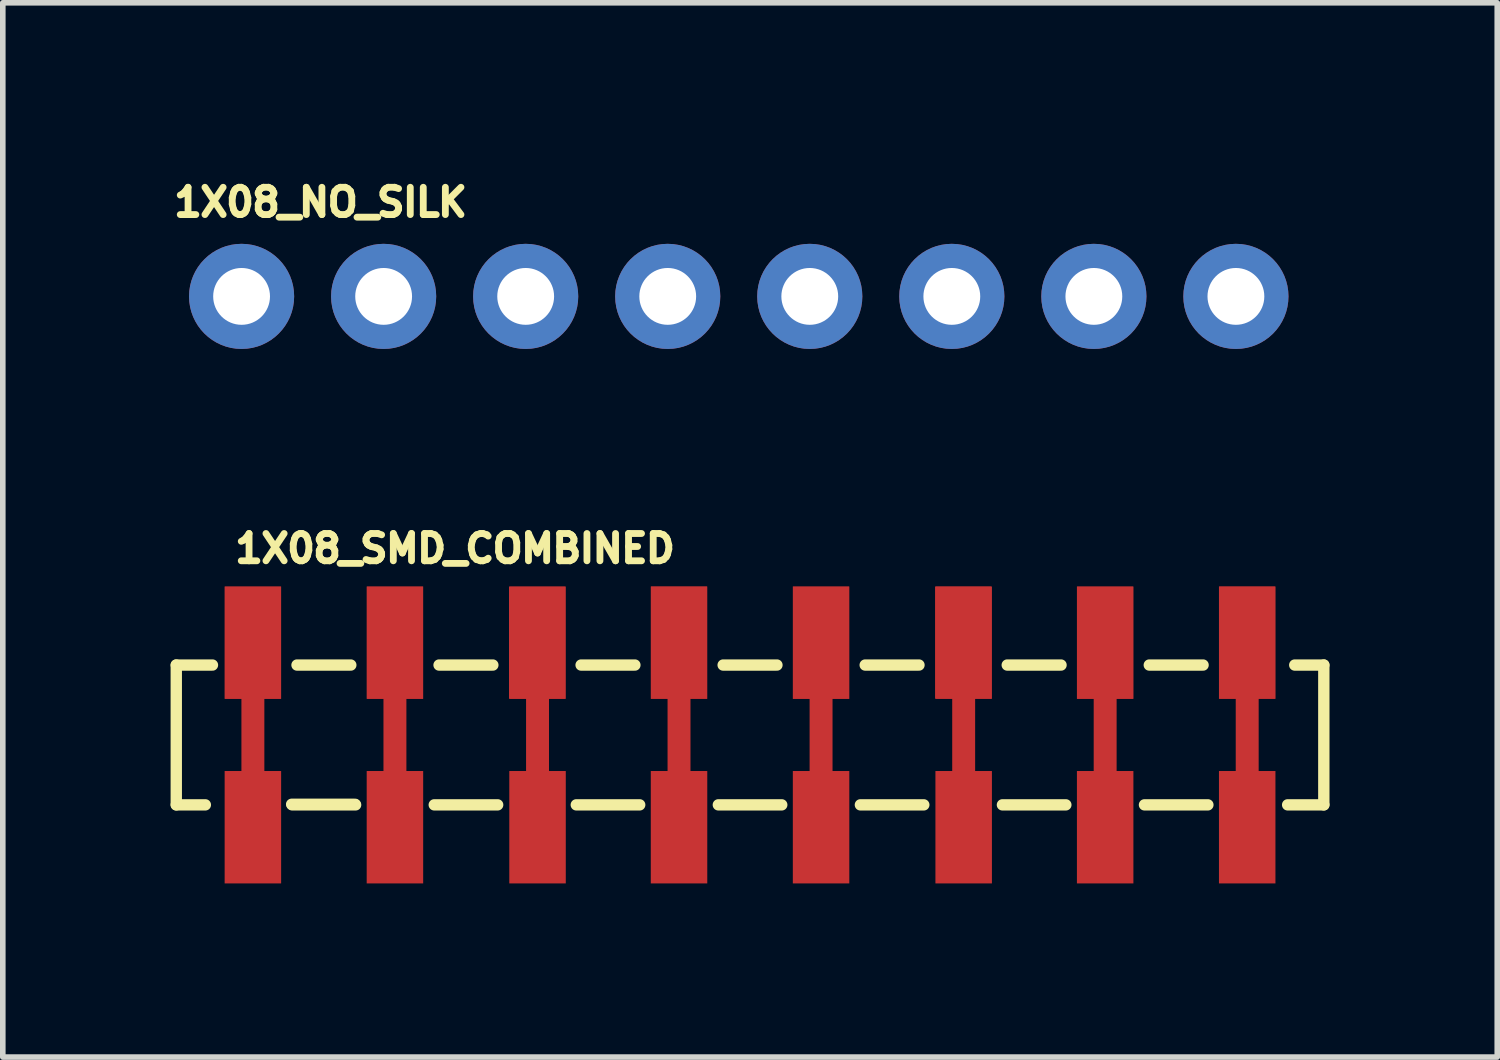
<source format=kicad_pcb>
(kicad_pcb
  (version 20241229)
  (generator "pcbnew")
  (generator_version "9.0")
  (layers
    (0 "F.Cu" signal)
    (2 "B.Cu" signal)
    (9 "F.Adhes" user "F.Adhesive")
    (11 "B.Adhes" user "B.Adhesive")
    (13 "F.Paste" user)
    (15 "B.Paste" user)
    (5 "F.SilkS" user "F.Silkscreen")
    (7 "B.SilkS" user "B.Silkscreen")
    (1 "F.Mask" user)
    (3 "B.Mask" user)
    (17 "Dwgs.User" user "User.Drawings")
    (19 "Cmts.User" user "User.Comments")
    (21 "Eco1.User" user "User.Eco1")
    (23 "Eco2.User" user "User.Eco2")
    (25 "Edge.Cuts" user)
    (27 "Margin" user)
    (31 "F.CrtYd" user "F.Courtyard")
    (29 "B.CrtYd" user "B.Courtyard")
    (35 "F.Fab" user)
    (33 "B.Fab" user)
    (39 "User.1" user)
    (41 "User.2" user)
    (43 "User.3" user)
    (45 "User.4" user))
  (footprint "1X08_SMD_COMBINED"
    (layer "F.Cu")
    (at 1.472 10.092)
    (property "Reference" "1X08_SMD_COMBINED" (at -0.381 -3.048 0) (layer "F.SilkS") (effects (font (size 0.488 0.488) (thickness 0.122)) (justify left bottom)))
    (fp_poly (pts (xy 0.505 -0.645) (xy 0.205 -0.645) (xy 0.205 0.645) (xy 0.505 0.645) (xy 0.505 2.655) (xy -0.505 2.655) (xy -0.505 0.645) (xy -0.205 0.645) (xy -0.205 -0.645) (xy -0.505 -0.645) (xy -0.505 -2.655) (xy 0.505 -2.655)) (stroke (width 0) (type solid)) (fill yes) (layer "F.Cu"))
    (fp_poly (pts (xy 3.045 -0.645) (xy 2.745 -0.645) (xy 2.745 0.645) (xy 3.045 0.645) (xy 3.045 2.655) (xy 2.035 2.655) (xy 2.035 0.645) (xy 2.335 0.645) (xy 2.335 -0.645) (xy 2.035 -0.645) (xy 2.035 -2.655) (xy 3.045 -2.655)) (stroke (width 0) (type solid)) (fill yes) (layer "F.Cu"))
    (fp_poly (pts (xy 5.595 -0.645) (xy 5.295 -0.645) (xy 5.295 0.645) (xy 5.595 0.645) (xy 5.595 2.655) (xy 4.585 2.655) (xy 4.585 0.645) (xy 4.885 0.645) (xy 4.885 -0.645) (xy 4.585 -0.645) (xy 4.585 -2.655) (xy 5.595 -2.655)) (stroke (width 0) (type solid)) (fill yes) (layer "F.Cu"))
    (fp_poly (pts (xy 8.125 -0.645) (xy 7.825 -0.645) (xy 7.825 0.645) (xy 8.125 0.645) (xy 8.125 2.655) (xy 7.115 2.655) (xy 7.115 0.645) (xy 7.415 0.645) (xy 7.415 -0.645) (xy 7.115 -0.645) (xy 7.115 -2.655) (xy 8.125 -2.655)) (stroke (width 0) (type solid)) (fill yes) (layer "F.Cu"))
    (fp_poly (pts (xy 10.665 -0.645) (xy 10.365 -0.645) (xy 10.365 0.645) (xy 10.665 0.645) (xy 10.665 2.655) (xy 9.655 2.655) (xy 9.655 0.645) (xy 9.955 0.645) (xy 9.955 -0.645) (xy 9.655 -0.645) (xy 9.655 -2.655) (xy 10.665 -2.655)) (stroke (width 0) (type solid)) (fill yes) (layer "F.Cu"))
    (fp_poly (pts (xy 13.215 -0.645) (xy 12.915 -0.645) (xy 12.915 0.645) (xy 13.215 0.645) (xy 13.215 2.655) (xy 12.205 2.655) (xy 12.205 0.645) (xy 12.505 0.645) (xy 12.505 -0.645) (xy 12.205 -0.645) (xy 12.205 -2.655) (xy 13.215 -2.655)) (stroke (width 0) (type solid)) (fill yes) (layer "F.Cu"))
    (fp_poly (pts (xy 15.745 -0.645) (xy 15.445 -0.645) (xy 15.445 0.645) (xy 15.745 0.645) (xy 15.745 2.655) (xy 14.735 2.655) (xy 14.735 0.645) (xy 15.035 0.645) (xy 15.035 -0.645) (xy 14.735 -0.645) (xy 14.735 -2.655) (xy 15.745 -2.655)) (stroke (width 0) (type solid)) (fill yes) (layer "F.Cu"))
    (fp_poly (pts (xy 18.285 -0.645) (xy 17.985 -0.645) (xy 17.985 0.645) (xy 18.285 0.645) (xy 18.285 2.655) (xy 17.275 2.655) (xy 17.275 0.645) (xy 17.575 0.645) (xy 17.575 -0.645) (xy 17.275 -0.645) (xy 17.275 -2.655) (xy 18.285 -2.655)) (stroke (width 0) (type solid)) (fill yes) (layer "F.Cu"))
    (fp_poly (pts (xy 0.58 0.56) (xy -0.62 0.56) (xy -0.62 2.76) (xy 0.58 2.76)) (stroke (width 0) (type solid)) (fill yes) (layer "F.Mask"))
    (fp_poly (pts (xy 0.6 -2.74) (xy -0.6 -2.74) (xy -0.6 -0.54) (xy 0.6 -0.54)) (stroke (width 0) (type solid)) (fill yes) (layer "F.Mask"))
    (fp_poly (pts (xy 3.12 0.56) (xy 1.92 0.56) (xy 1.92 2.76) (xy 3.12 2.76)) (stroke (width 0) (type solid)) (fill yes) (layer "F.Mask"))
    (fp_poly (pts (xy 3.14 -2.74) (xy 1.94 -2.74) (xy 1.94 -0.54) (xy 3.14 -0.54)) (stroke (width 0) (type solid)) (fill yes) (layer "F.Mask"))
    (fp_poly (pts (xy 5.67 0.56) (xy 4.47 0.56) (xy 4.47 2.76) (xy 5.67 2.76)) (stroke (width 0) (type solid)) (fill yes) (layer "F.Mask"))
    (fp_poly (pts (xy 5.69 -2.74) (xy 4.49 -2.74) (xy 4.49 -0.54) (xy 5.69 -0.54)) (stroke (width 0) (type solid)) (fill yes) (layer "F.Mask"))
    (fp_poly (pts (xy 8.2 0.56) (xy 7 0.56) (xy 7 2.76) (xy 8.2 2.76)) (stroke (width 0) (type solid)) (fill yes) (layer "F.Mask"))
    (fp_poly (pts (xy 8.22 -2.74) (xy 7.02 -2.74) (xy 7.02 -0.54) (xy 8.22 -0.54)) (stroke (width 0) (type solid)) (fill yes) (layer "F.Mask"))
    (fp_poly (pts (xy 10.74 0.56) (xy 9.54 0.56) (xy 9.54 2.76) (xy 10.74 2.76)) (stroke (width 0) (type solid)) (fill yes) (layer "F.Mask"))
    (fp_poly (pts (xy 10.76 -2.74) (xy 9.56 -2.74) (xy 9.56 -0.54) (xy 10.76 -0.54)) (stroke (width 0) (type solid)) (fill yes) (layer "F.Mask"))
    (fp_poly (pts (xy 13.29 0.56) (xy 12.09 0.56) (xy 12.09 2.76) (xy 13.29 2.76)) (stroke (width 0) (type solid)) (fill yes) (layer "F.Mask"))
    (fp_poly (pts (xy 13.31 -2.74) (xy 12.11 -2.74) (xy 12.11 -0.54) (xy 13.31 -0.54)) (stroke (width 0) (type solid)) (fill yes) (layer "F.Mask"))
    (fp_poly (pts (xy 15.82 0.56) (xy 14.62 0.56) (xy 14.62 2.76) (xy 15.82 2.76)) (stroke (width 0) (type solid)) (fill yes) (layer "F.Mask"))
    (fp_poly (pts (xy 15.84 -2.74) (xy 14.64 -2.74) (xy 14.64 -0.54) (xy 15.84 -0.54)) (stroke (width 0) (type solid)) (fill yes) (layer "F.Mask"))
    (fp_poly (pts (xy 18.36 0.56) (xy 17.16 0.56) (xy 17.16 2.76) (xy 18.36 2.76)) (stroke (width 0) (type solid)) (fill yes) (layer "F.Mask"))
    (fp_poly (pts (xy 18.38 -2.74) (xy 17.18 -2.74) (xy 17.18 -0.54) (xy 18.38 -0.54)) (stroke (width 0) (type solid)) (fill yes) (layer "F.Mask"))
    (fp_line (start -1.37 -1.25) (end -0.723 -1.25) (stroke (width 0.203) (type solid)) (layer "F.SilkS"))
    (fp_line (start -1.37 1.25) (end -1.37 -1.25) (stroke (width 0.203) (type solid)) (layer "F.SilkS"))
    (fp_line (start -0.85 1.25) (end -1.37 1.25) (stroke (width 0.203) (type solid)) (layer "F.SilkS"))
    (fp_line (start 0.789 -1.25) (end 1.751 -1.25) (stroke (width 0.203) (type solid)) (layer "F.SilkS"))
    (fp_line (start 1.827 1.24) (end 0.693 1.24) (stroke (width 0.203) (type solid)) (layer "F.SilkS"))
    (fp_line (start 1.837 1.25) (end 0.703 1.25) (stroke (width 0.203) (type solid)) (layer "F.SilkS"))
    (fp_line (start 3.329 -1.25) (end 4.291 -1.25) (stroke (width 0.203) (type solid)) (layer "F.SilkS"))
    (fp_line (start 4.377 1.25) (end 3.243 1.25) (stroke (width 0.203) (type solid)) (layer "F.SilkS"))
    (fp_line (start 5.869 -1.25) (end 6.831 -1.25) (stroke (width 0.203) (type solid)) (layer "F.SilkS"))
    (fp_line (start 6.917 1.25) (end 5.783 1.25) (stroke (width 0.203) (type solid)) (layer "F.SilkS"))
    (fp_line (start 8.409 -1.25) (end 9.371 -1.25) (stroke (width 0.203) (type solid)) (layer "F.SilkS"))
    (fp_line (start 9.457 1.25) (end 8.323 1.25) (stroke (width 0.203) (type solid)) (layer "F.SilkS"))
    (fp_line (start 10.949 -1.25) (end 11.911 -1.25) (stroke (width 0.203) (type solid)) (layer "F.SilkS"))
    (fp_line (start 11.997 1.25) (end 10.863 1.25) (stroke (width 0.203) (type solid)) (layer "F.SilkS"))
    (fp_line (start 13.489 -1.25) (end 14.451 -1.25) (stroke (width 0.203) (type solid)) (layer "F.SilkS"))
    (fp_line (start 14.537 1.25) (end 13.403 1.25) (stroke (width 0.203) (type solid)) (layer "F.SilkS"))
    (fp_line (start 16.029 -1.25) (end 16.991 -1.25) (stroke (width 0.203) (type solid)) (layer "F.SilkS"))
    (fp_line (start 17.077 1.25) (end 15.943 1.25) (stroke (width 0.203) (type solid)) (layer "F.SilkS"))
    (fp_line (start 18.63 -1.25) (end 19.15 -1.25) (stroke (width 0.203) (type solid)) (layer "F.SilkS"))
    (fp_line (start 19.15 -1.25) (end 19.15 1.25) (stroke (width 0.203) (type solid)) (layer "F.SilkS"))
    (fp_line (start 19.15 1.25) (end 18.503 1.25) (stroke (width 0.203) (type solid)) (layer "F.SilkS"))
    (fp_poly (pts (xy 0.58 0.56) (xy -0.62 0.56) (xy -0.62 2.76) (xy 0.58 2.76)) (stroke (width 0) (type solid)) (fill yes) (layer "F.Paste"))
    (fp_poly (pts (xy 0.6 -2.74) (xy -0.6 -2.74) (xy -0.6 -0.54) (xy 0.6 -0.54)) (stroke (width 0) (type solid)) (fill yes) (layer "F.Paste"))
    (fp_poly (pts (xy 3.12 0.56) (xy 1.92 0.56) (xy 1.92 2.76) (xy 3.12 2.76)) (stroke (width 0) (type solid)) (fill yes) (layer "F.Paste"))
    (fp_poly (pts (xy 3.14 -2.74) (xy 1.94 -2.74) (xy 1.94 -0.54) (xy 3.14 -0.54)) (stroke (width 0) (type solid)) (fill yes) (layer "F.Paste"))
    (fp_poly (pts (xy 5.67 0.56) (xy 4.47 0.56) (xy 4.47 2.76) (xy 5.67 2.76)) (stroke (width 0) (type solid)) (fill yes) (layer "F.Paste"))
    (fp_poly (pts (xy 5.69 -2.74) (xy 4.49 -2.74) (xy 4.49 -0.54) (xy 5.69 -0.54)) (stroke (width 0) (type solid)) (fill yes) (layer "F.Paste"))
    (fp_poly (pts (xy 8.2 0.56) (xy 7 0.56) (xy 7 2.76) (xy 8.2 2.76)) (stroke (width 0) (type solid)) (fill yes) (layer "F.Paste"))
    (fp_poly (pts (xy 8.22 -2.74) (xy 7.02 -2.74) (xy 7.02 -0.54) (xy 8.22 -0.54)) (stroke (width 0) (type solid)) (fill yes) (layer "F.Paste"))
    (fp_poly (pts (xy 10.74 0.56) (xy 9.54 0.56) (xy 9.54 2.76) (xy 10.74 2.76)) (stroke (width 0) (type solid)) (fill yes) (layer "F.Paste"))
    (fp_poly (pts (xy 10.76 -2.74) (xy 9.56 -2.74) (xy 9.56 -0.54) (xy 10.76 -0.54)) (stroke (width 0) (type solid)) (fill yes) (layer "F.Paste"))
    (fp_poly (pts (xy 13.29 0.56) (xy 12.09 0.56) (xy 12.09 2.76) (xy 13.29 2.76)) (stroke (width 0) (type solid)) (fill yes) (layer "F.Paste"))
    (fp_poly (pts (xy 13.31 -2.74) (xy 12.11 -2.74) (xy 12.11 -0.54) (xy 13.31 -0.54)) (stroke (width 0) (type solid)) (fill yes) (layer "F.Paste"))
    (fp_poly (pts (xy 15.82 0.56) (xy 14.62 0.56) (xy 14.62 2.76) (xy 15.82 2.76)) (stroke (width 0) (type solid)) (fill yes) (layer "F.Paste"))
    (fp_poly (pts (xy 15.84 -2.74) (xy 14.64 -2.74) (xy 14.64 -0.54) (xy 15.84 -0.54)) (stroke (width 0) (type solid)) (fill yes) (layer "F.Paste"))
    (fp_poly (pts (xy 18.36 0.56) (xy 17.16 0.56) (xy 17.16 2.76) (xy 18.36 2.76)) (stroke (width 0) (type solid)) (fill yes) (layer "F.Paste"))
    (fp_poly (pts (xy 18.38 -2.74) (xy 17.18 -2.74) (xy 17.18 -0.54) (xy 18.38 -0.54)) (stroke (width 0) (type solid)) (fill yes) (layer "F.Paste"))
    (pad "1" smd rect (at 0 -1.65 90) (size 2 1) (layers "F.Cu"))
    (pad "2" smd rect (at 2.54 -1.65 90) (size 2 1) (layers "F.Cu"))
    (pad "3" smd rect (at 5.08 -1.65 90) (size 2 1) (layers "F.Cu"))
    (pad "4" smd rect (at 7.62 -1.652 90) (size 2 1) (layers "F.Cu"))
    (pad "5" smd rect (at 10.16 -1.65 90) (size 2 1) (layers "F.Cu"))
    (pad "6" smd rect (at 12.7 -1.652 90) (size 2 1) (layers "F.Cu"))
    (pad "7" smd rect (at 15.24 -1.65 90) (size 2 1) (layers "F.Cu"))
    (pad "8" smd rect (at 17.78 -1.652 270) (size 2 1) (layers "F.Cu")))
  (footprint "1X08_NO_SILK"
    (layer "F.Cu")
    (at 1.27 2.25)
    (property "Reference" "1X08_NO_SILK" (at -1.27 -1.397 0) (layer "F.SilkS") (effects (font (size 0.488 0.488) (thickness 0.122)) (justify left bottom)))
    (fp_poly (pts (xy -0.254 0.254) (xy 0.254 0.254) (xy 0.254 -0.254) (xy -0.254 -0.254)) (stroke (width 0.1) (type solid)) (fill no) (layer "F.Fab"))
    (fp_poly (pts (xy 2.286 0.254) (xy 2.794 0.254) (xy 2.794 -0.254) (xy 2.286 -0.254)) (stroke (width 0.1) (type solid)) (fill no) (layer "F.Fab"))
    (fp_poly (pts (xy 4.826 0.254) (xy 5.334 0.254) (xy 5.334 -0.254) (xy 4.826 -0.254)) (stroke (width 0.1) (type solid)) (fill no) (layer "F.Fab"))
    (fp_poly (pts (xy 7.366 0.254) (xy 7.874 0.254) (xy 7.874 -0.254) (xy 7.366 -0.254)) (stroke (width 0.1) (type solid)) (fill no) (layer "F.Fab"))
    (fp_poly (pts (xy 9.906 0.254) (xy 10.414 0.254) (xy 10.414 -0.254) (xy 9.906 -0.254)) (stroke (width 0.1) (type solid)) (fill no) (layer "F.Fab"))
    (fp_poly (pts (xy 12.446 0.254) (xy 12.954 0.254) (xy 12.954 -0.254) (xy 12.446 -0.254)) (stroke (width 0.1) (type solid)) (fill no) (layer "F.Fab"))
    (fp_poly (pts (xy 14.986 0.254) (xy 15.494 0.254) (xy 15.494 -0.254) (xy 14.986 -0.254)) (stroke (width 0.1) (type solid)) (fill no) (layer "F.Fab"))
    (fp_poly (pts (xy 17.526 0.254) (xy 18.034 0.254) (xy 18.034 -0.254) (xy 17.526 -0.254)) (stroke (width 0.1) (type solid)) (fill no) (layer "F.Fab"))
    (pad "1" thru_hole circle (at 0 0 90) (size 1.88 1.88) (drill 1.016) (layers "*.Cu" "*.Mask"))
    (pad "2" thru_hole circle (at 2.54 0 90) (size 1.88 1.88) (drill 1.016) (layers "*.Cu" "*.Mask"))
    (pad "3" thru_hole circle (at 5.08 0 90) (size 1.88 1.88) (drill 1.016) (layers "*.Cu" "*.Mask"))
    (pad "4" thru_hole circle (at 7.62 0 90) (size 1.88 1.88) (drill 1.016) (layers "*.Cu" "*.Mask"))
    (pad "5" thru_hole circle (at 10.16 0 90) (size 1.88 1.88) (drill 1.016) (layers "*.Cu" "*.Mask"))
    (pad "6" thru_hole circle (at 12.7 0 90) (size 1.88 1.88) (drill 1.016) (layers "*.Cu" "*.Mask"))
    (pad "7" thru_hole circle (at 15.24 0 90) (size 1.88 1.88) (drill 1.016) (layers "*.Cu" "*.Mask"))
    (pad "8" thru_hole circle (at 17.78 0 90) (size 1.88 1.88) (drill 1.016) (layers "*.Cu" "*.Mask")))
  (gr_rect
    (start -3 -3)
    (end 23.723 15.852)
    (stroke (width 0.1) (type default))
    (fill no)
    (layer "Edge.Cuts")))
</source>
